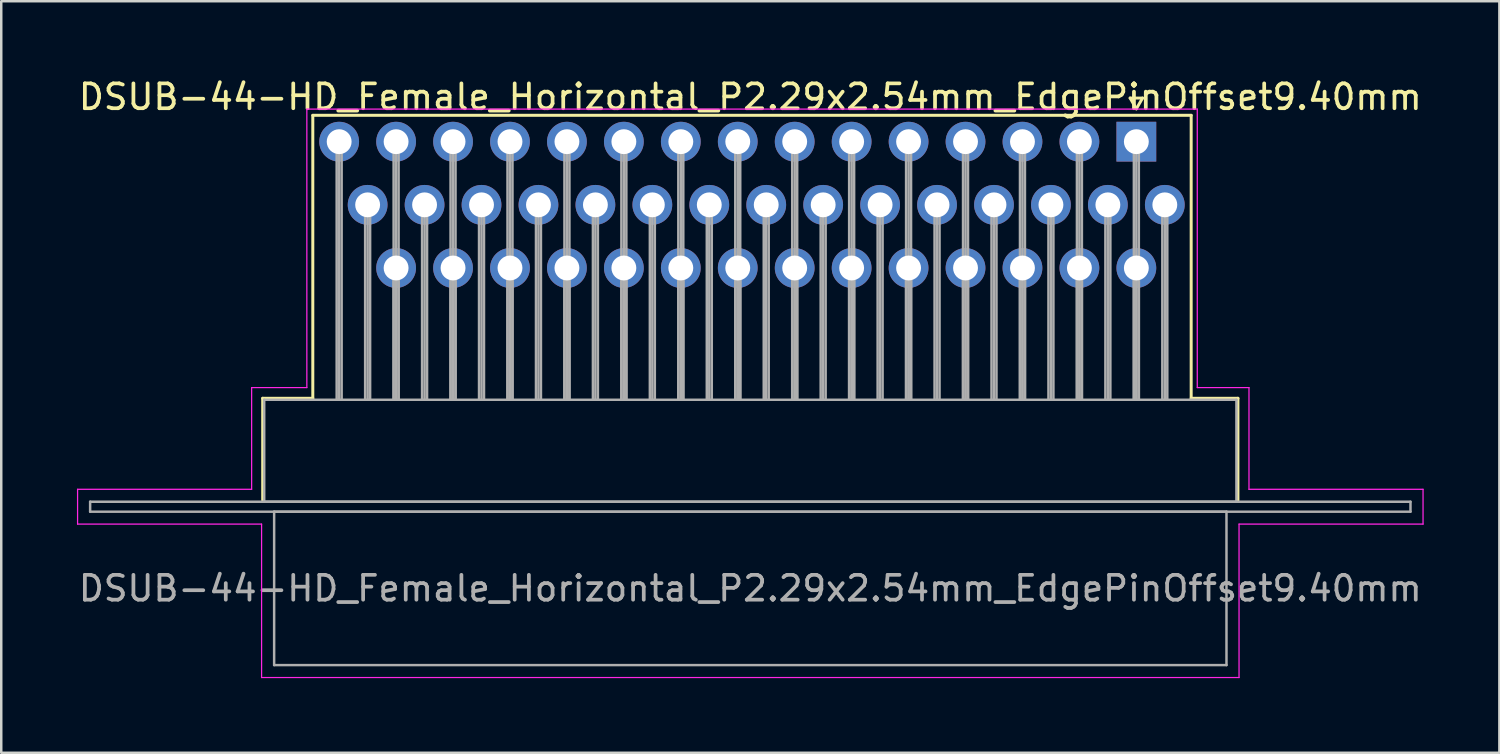
<source format=kicad_pcb>
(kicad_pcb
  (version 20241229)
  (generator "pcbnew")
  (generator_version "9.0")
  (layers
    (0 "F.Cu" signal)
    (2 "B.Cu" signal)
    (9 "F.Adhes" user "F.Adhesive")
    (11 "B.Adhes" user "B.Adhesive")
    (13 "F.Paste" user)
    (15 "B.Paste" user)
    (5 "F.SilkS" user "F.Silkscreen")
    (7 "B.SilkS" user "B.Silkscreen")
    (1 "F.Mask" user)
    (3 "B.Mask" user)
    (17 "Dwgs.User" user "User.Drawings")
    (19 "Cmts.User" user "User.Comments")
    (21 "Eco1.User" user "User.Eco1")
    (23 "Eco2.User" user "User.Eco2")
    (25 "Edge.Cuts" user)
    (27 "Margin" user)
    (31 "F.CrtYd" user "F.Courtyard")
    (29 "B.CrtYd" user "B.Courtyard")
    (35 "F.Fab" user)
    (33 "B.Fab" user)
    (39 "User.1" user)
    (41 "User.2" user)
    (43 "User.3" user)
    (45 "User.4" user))
  (footprint "DSUB-44-HD_Female_Horizontal_P2.29x2.54mm_EdgePinOffset9.40mm"
    (layer "F.Cu")
    (at 42.65 2.648)
    (property "Reference" "DSUB-44-HD_Female_Horizontal_P2.29x2.54mm_EdgePinOffset9.40mm" (at -15.525 -1.8 0) (layer "F.SilkS") (effects (font (size 1 1) (thickness 0.15))))
    (attr through_hole)
    (fp_line (start -35.135 10.32) (end -33.12 10.32) (stroke (width 0.12) (type solid)) (layer "F.SilkS"))
    (fp_line (start -35.135 14.42) (end -35.135 10.32) (stroke (width 0.12) (type solid)) (layer "F.SilkS"))
    (fp_line (start -33.12 -1.06) (end 2.205 -1.06) (stroke (width 0.12) (type solid)) (layer "F.SilkS"))
    (fp_line (start -33.12 10.32) (end -33.12 -1.06) (stroke (width 0.12) (type solid)) (layer "F.SilkS"))
    (fp_line (start -0.25 -1.754) (end 0.25 -1.754) (stroke (width 0.12) (type solid)) (layer "F.SilkS"))
    (fp_line (start 0 -1.321) (end -0.25 -1.754) (stroke (width 0.12) (type solid)) (layer "F.SilkS"))
    (fp_line (start 0.25 -1.754) (end 0 -1.321) (stroke (width 0.12) (type solid)) (layer "F.SilkS"))
    (fp_line (start 2.205 -1.06) (end 2.205 10.32) (stroke (width 0.12) (type solid)) (layer "F.SilkS"))
    (fp_line (start 2.205 10.32) (end 4.085 10.32) (stroke (width 0.12) (type solid)) (layer "F.SilkS"))
    (fp_line (start 4.085 10.32) (end 4.085 14.42) (stroke (width 0.12) (type solid)) (layer "F.SilkS"))
    (fp_line (start -42.58 13.98) (end -35.58 13.98) (stroke (width 0.05) (type solid)) (layer "F.CrtYd"))
    (fp_line (start -42.58 15.38) (end -42.58 13.98) (stroke (width 0.05) (type solid)) (layer "F.CrtYd"))
    (fp_line (start -35.58 9.89) (end -33.36 9.89) (stroke (width 0.05) (type solid)) (layer "F.CrtYd"))
    (fp_line (start -35.58 13.98) (end -35.58 9.89) (stroke (width 0.05) (type solid)) (layer "F.CrtYd"))
    (fp_line (start -35.18 15.38) (end -42.58 15.38) (stroke (width 0.05) (type solid)) (layer "F.CrtYd"))
    (fp_line (start -35.18 21.55) (end -35.18 15.38) (stroke (width 0.05) (type solid)) (layer "F.CrtYd"))
    (fp_line (start -33.36 -1.31) (end 2.45 -1.31) (stroke (width 0.05) (type solid)) (layer "F.CrtYd"))
    (fp_line (start -33.36 9.89) (end -33.36 -1.31) (stroke (width 0.05) (type solid)) (layer "F.CrtYd"))
    (fp_line (start 2.45 -1.31) (end 2.45 9.89) (stroke (width 0.05) (type solid)) (layer "F.CrtYd"))
    (fp_line (start 2.45 9.89) (end 4.53 9.89) (stroke (width 0.05) (type solid)) (layer "F.CrtYd"))
    (fp_line (start 4.13 15.38) (end 4.13 21.55) (stroke (width 0.05) (type solid)) (layer "F.CrtYd"))
    (fp_line (start 4.13 21.55) (end -35.18 21.55) (stroke (width 0.05) (type solid)) (layer "F.CrtYd"))
    (fp_line (start 4.53 9.89) (end 4.53 13.98) (stroke (width 0.05) (type solid)) (layer "F.CrtYd"))
    (fp_line (start 4.53 13.98) (end 11.53 13.98) (stroke (width 0.05) (type solid)) (layer "F.CrtYd"))
    (fp_line (start 11.53 13.98) (end 11.53 15.38) (stroke (width 0.05) (type solid)) (layer "F.CrtYd"))
    (fp_line (start 11.53 15.38) (end 4.13 15.38) (stroke (width 0.05) (type solid)) (layer "F.CrtYd"))
    (fp_line (start -42.075 14.48) (end -42.075 14.88) (stroke (width 0.1) (type solid)) (layer "F.Fab"))
    (fp_line (start -42.075 14.88) (end 11.025 14.88) (stroke (width 0.1) (type solid)) (layer "F.Fab"))
    (fp_line (start -35.075 10.38) (end -35.075 14.48) (stroke (width 0.1) (type solid)) (layer "F.Fab"))
    (fp_line (start -35.075 14.48) (end 4.025 14.48) (stroke (width 0.1) (type solid)) (layer "F.Fab"))
    (fp_line (start -34.675 14.88) (end -34.675 21.05) (stroke (width 0.1) (type solid)) (layer "F.Fab"))
    (fp_line (start -34.675 21.05) (end 3.625 21.05) (stroke (width 0.1) (type solid)) (layer "F.Fab"))
    (fp_line (start -32.16 0) (end -32.16 10.38) (stroke (width 0.1) (type solid)) (layer "F.Fab"))
    (fp_line (start -32.06 0) (end -32.06 10.38) (stroke (width 0.1) (type solid)) (layer "F.Fab"))
    (fp_line (start -31.96 0) (end -31.96 10.38) (stroke (width 0.1) (type solid)) (layer "F.Fab"))
    (fp_line (start -31.015 2.54) (end -31.015 10.38) (stroke (width 0.1) (type solid)) (layer "F.Fab"))
    (fp_line (start -30.915 2.54) (end -30.915 10.38) (stroke (width 0.1) (type solid)) (layer "F.Fab"))
    (fp_line (start -30.815 2.54) (end -30.815 10.38) (stroke (width 0.1) (type solid)) (layer "F.Fab"))
    (fp_line (start -29.87 0) (end -29.87 10.38) (stroke (width 0.1) (type solid)) (layer "F.Fab"))
    (fp_line (start -29.87 5.08) (end -29.87 10.38) (stroke (width 0.1) (type solid)) (layer "F.Fab"))
    (fp_line (start -29.77 0) (end -29.77 10.38) (stroke (width 0.1) (type solid)) (layer "F.Fab"))
    (fp_line (start -29.77 5.08) (end -29.77 10.38) (stroke (width 0.1) (type solid)) (layer "F.Fab"))
    (fp_line (start -29.67 0) (end -29.67 10.38) (stroke (width 0.1) (type solid)) (layer "F.Fab"))
    (fp_line (start -29.67 5.08) (end -29.67 10.38) (stroke (width 0.1) (type solid)) (layer "F.Fab"))
    (fp_line (start -28.725 2.54) (end -28.725 10.38) (stroke (width 0.1) (type solid)) (layer "F.Fab"))
    (fp_line (start -28.625 2.54) (end -28.625 10.38) (stroke (width 0.1) (type solid)) (layer "F.Fab"))
    (fp_line (start -28.525 2.54) (end -28.525 10.38) (stroke (width 0.1) (type solid)) (layer "F.Fab"))
    (fp_line (start -27.58 0) (end -27.58 10.38) (stroke (width 0.1) (type solid)) (layer "F.Fab"))
    (fp_line (start -27.58 5.08) (end -27.58 10.38) (stroke (width 0.1) (type solid)) (layer "F.Fab"))
    (fp_line (start -27.48 0) (end -27.48 10.38) (stroke (width 0.1) (type solid)) (layer "F.Fab"))
    (fp_line (start -27.48 5.08) (end -27.48 10.38) (stroke (width 0.1) (type solid)) (layer "F.Fab"))
    (fp_line (start -27.38 0) (end -27.38 10.38) (stroke (width 0.1) (type solid)) (layer "F.Fab"))
    (fp_line (start -27.38 5.08) (end -27.38 10.38) (stroke (width 0.1) (type solid)) (layer "F.Fab"))
    (fp_line (start -26.435 2.54) (end -26.435 10.38) (stroke (width 0.1) (type solid)) (layer "F.Fab"))
    (fp_line (start -26.335 2.54) (end -26.335 10.38) (stroke (width 0.1) (type solid)) (layer "F.Fab"))
    (fp_line (start -26.235 2.54) (end -26.235 10.38) (stroke (width 0.1) (type solid)) (layer "F.Fab"))
    (fp_line (start -25.29 0) (end -25.29 10.38) (stroke (width 0.1) (type solid)) (layer "F.Fab"))
    (fp_line (start -25.29 5.08) (end -25.29 10.38) (stroke (width 0.1) (type solid)) (layer "F.Fab"))
    (fp_line (start -25.19 0) (end -25.19 10.38) (stroke (width 0.1) (type solid)) (layer "F.Fab"))
    (fp_line (start -25.19 5.08) (end -25.19 10.38) (stroke (width 0.1) (type solid)) (layer "F.Fab"))
    (fp_line (start -25.09 0) (end -25.09 10.38) (stroke (width 0.1) (type solid)) (layer "F.Fab"))
    (fp_line (start -25.09 5.08) (end -25.09 10.38) (stroke (width 0.1) (type solid)) (layer "F.Fab"))
    (fp_line (start -24.145 2.54) (end -24.145 10.38) (stroke (width 0.1) (type solid)) (layer "F.Fab"))
    (fp_line (start -24.045 2.54) (end -24.045 10.38) (stroke (width 0.1) (type solid)) (layer "F.Fab"))
    (fp_line (start -23.945 2.54) (end -23.945 10.38) (stroke (width 0.1) (type solid)) (layer "F.Fab"))
    (fp_line (start -23 0) (end -23 10.38) (stroke (width 0.1) (type solid)) (layer "F.Fab"))
    (fp_line (start -23 5.08) (end -23 10.38) (stroke (width 0.1) (type solid)) (layer "F.Fab"))
    (fp_line (start -22.9 0) (end -22.9 10.38) (stroke (width 0.1) (type solid)) (layer "F.Fab"))
    (fp_line (start -22.9 5.08) (end -22.9 10.38) (stroke (width 0.1) (type solid)) (layer "F.Fab"))
    (fp_line (start -22.8 0) (end -22.8 10.38) (stroke (width 0.1) (type solid)) (layer "F.Fab"))
    (fp_line (start -22.8 5.08) (end -22.8 10.38) (stroke (width 0.1) (type solid)) (layer "F.Fab"))
    (fp_line (start -21.855 2.54) (end -21.855 10.38) (stroke (width 0.1) (type solid)) (layer "F.Fab"))
    (fp_line (start -21.755 2.54) (end -21.755 10.38) (stroke (width 0.1) (type solid)) (layer "F.Fab"))
    (fp_line (start -21.655 2.54) (end -21.655 10.38) (stroke (width 0.1) (type solid)) (layer "F.Fab"))
    (fp_line (start -20.71 0) (end -20.71 10.38) (stroke (width 0.1) (type solid)) (layer "F.Fab"))
    (fp_line (start -20.71 5.08) (end -20.71 10.38) (stroke (width 0.1) (type solid)) (layer "F.Fab"))
    (fp_line (start -20.61 0) (end -20.61 10.38) (stroke (width 0.1) (type solid)) (layer "F.Fab"))
    (fp_line (start -20.61 5.08) (end -20.61 10.38) (stroke (width 0.1) (type solid)) (layer "F.Fab"))
    (fp_line (start -20.51 0) (end -20.51 10.38) (stroke (width 0.1) (type solid)) (layer "F.Fab"))
    (fp_line (start -20.51 5.08) (end -20.51 10.38) (stroke (width 0.1) (type solid)) (layer "F.Fab"))
    (fp_line (start -19.565 2.54) (end -19.565 10.38) (stroke (width 0.1) (type solid)) (layer "F.Fab"))
    (fp_line (start -19.465 2.54) (end -19.465 10.38) (stroke (width 0.1) (type solid)) (layer "F.Fab"))
    (fp_line (start -19.365 2.54) (end -19.365 10.38) (stroke (width 0.1) (type solid)) (layer "F.Fab"))
    (fp_line (start -18.42 0) (end -18.42 10.38) (stroke (width 0.1) (type solid)) (layer "F.Fab"))
    (fp_line (start -18.42 5.08) (end -18.42 10.38) (stroke (width 0.1) (type solid)) (layer "F.Fab"))
    (fp_line (start -18.32 0) (end -18.32 10.38) (stroke (width 0.1) (type solid)) (layer "F.Fab"))
    (fp_line (start -18.32 5.08) (end -18.32 10.38) (stroke (width 0.1) (type solid)) (layer "F.Fab"))
    (fp_line (start -18.22 0) (end -18.22 10.38) (stroke (width 0.1) (type solid)) (layer "F.Fab"))
    (fp_line (start -18.22 5.08) (end -18.22 10.38) (stroke (width 0.1) (type solid)) (layer "F.Fab"))
    (fp_line (start -17.275 2.54) (end -17.275 10.38) (stroke (width 0.1) (type solid)) (layer "F.Fab"))
    (fp_line (start -17.175 2.54) (end -17.175 10.38) (stroke (width 0.1) (type solid)) (layer "F.Fab"))
    (fp_line (start -17.075 2.54) (end -17.075 10.38) (stroke (width 0.1) (type solid)) (layer "F.Fab"))
    (fp_line (start -16.13 0) (end -16.13 10.38) (stroke (width 0.1) (type solid)) (layer "F.Fab"))
    (fp_line (start -16.13 5.08) (end -16.13 10.38) (stroke (width 0.1) (type solid)) (layer "F.Fab"))
    (fp_line (start -16.03 0) (end -16.03 10.38) (stroke (width 0.1) (type solid)) (layer "F.Fab"))
    (fp_line (start -16.03 5.08) (end -16.03 10.38) (stroke (width 0.1) (type solid)) (layer "F.Fab"))
    (fp_line (start -15.93 0) (end -15.93 10.38) (stroke (width 0.1) (type solid)) (layer "F.Fab"))
    (fp_line (start -15.93 5.08) (end -15.93 10.38) (stroke (width 0.1) (type solid)) (layer "F.Fab"))
    (fp_line (start -14.985 2.54) (end -14.985 10.38) (stroke (width 0.1) (type solid)) (layer "F.Fab"))
    (fp_line (start -14.885 2.54) (end -14.885 10.38) (stroke (width 0.1) (type solid)) (layer "F.Fab"))
    (fp_line (start -14.785 2.54) (end -14.785 10.38) (stroke (width 0.1) (type solid)) (layer "F.Fab"))
    (fp_line (start -13.84 0) (end -13.84 10.38) (stroke (width 0.1) (type solid)) (layer "F.Fab"))
    (fp_line (start -13.84 5.08) (end -13.84 10.38) (stroke (width 0.1) (type solid)) (layer "F.Fab"))
    (fp_line (start -13.74 0) (end -13.74 10.38) (stroke (width 0.1) (type solid)) (layer "F.Fab"))
    (fp_line (start -13.74 5.08) (end -13.74 10.38) (stroke (width 0.1) (type solid)) (layer "F.Fab"))
    (fp_line (start -13.64 0) (end -13.64 10.38) (stroke (width 0.1) (type solid)) (layer "F.Fab"))
    (fp_line (start -13.64 5.08) (end -13.64 10.38) (stroke (width 0.1) (type solid)) (layer "F.Fab"))
    (fp_line (start -12.695 2.54) (end -12.695 10.38) (stroke (width 0.1) (type solid)) (layer "F.Fab"))
    (fp_line (start -12.595 2.54) (end -12.595 10.38) (stroke (width 0.1) (type solid)) (layer "F.Fab"))
    (fp_line (start -12.495 2.54) (end -12.495 10.38) (stroke (width 0.1) (type solid)) (layer "F.Fab"))
    (fp_line (start -11.55 0) (end -11.55 10.38) (stroke (width 0.1) (type solid)) (layer "F.Fab"))
    (fp_line (start -11.55 5.08) (end -11.55 10.38) (stroke (width 0.1) (type solid)) (layer "F.Fab"))
    (fp_line (start -11.45 0) (end -11.45 10.38) (stroke (width 0.1) (type solid)) (layer "F.Fab"))
    (fp_line (start -11.45 5.08) (end -11.45 10.38) (stroke (width 0.1) (type solid)) (layer "F.Fab"))
    (fp_line (start -11.35 0) (end -11.35 10.38) (stroke (width 0.1) (type solid)) (layer "F.Fab"))
    (fp_line (start -11.35 5.08) (end -11.35 10.38) (stroke (width 0.1) (type solid)) (layer "F.Fab"))
    (fp_line (start -10.405 2.54) (end -10.405 10.38) (stroke (width 0.1) (type solid)) (layer "F.Fab"))
    (fp_line (start -10.305 2.54) (end -10.305 10.38) (stroke (width 0.1) (type solid)) (layer "F.Fab"))
    (fp_line (start -10.205 2.54) (end -10.205 10.38) (stroke (width 0.1) (type solid)) (layer "F.Fab"))
    (fp_line (start -9.26 0) (end -9.26 10.38) (stroke (width 0.1) (type solid)) (layer "F.Fab"))
    (fp_line (start -9.26 5.08) (end -9.26 10.38) (stroke (width 0.1) (type solid)) (layer "F.Fab"))
    (fp_line (start -9.16 0) (end -9.16 10.38) (stroke (width 0.1) (type solid)) (layer "F.Fab"))
    (fp_line (start -9.16 5.08) (end -9.16 10.38) (stroke (width 0.1) (type solid)) (layer "F.Fab"))
    (fp_line (start -9.06 0) (end -9.06 10.38) (stroke (width 0.1) (type solid)) (layer "F.Fab"))
    (fp_line (start -9.06 5.08) (end -9.06 10.38) (stroke (width 0.1) (type solid)) (layer "F.Fab"))
    (fp_line (start -8.115 2.54) (end -8.115 10.38) (stroke (width 0.1) (type solid)) (layer "F.Fab"))
    (fp_line (start -8.015 2.54) (end -8.015 10.38) (stroke (width 0.1) (type solid)) (layer "F.Fab"))
    (fp_line (start -7.915 2.54) (end -7.915 10.38) (stroke (width 0.1) (type solid)) (layer "F.Fab"))
    (fp_line (start -6.97 0) (end -6.97 10.38) (stroke (width 0.1) (type solid)) (layer "F.Fab"))
    (fp_line (start -6.97 5.08) (end -6.97 10.38) (stroke (width 0.1) (type solid)) (layer "F.Fab"))
    (fp_line (start -6.87 0) (end -6.87 10.38) (stroke (width 0.1) (type solid)) (layer "F.Fab"))
    (fp_line (start -6.87 5.08) (end -6.87 10.38) (stroke (width 0.1) (type solid)) (layer "F.Fab"))
    (fp_line (start -6.77 0) (end -6.77 10.38) (stroke (width 0.1) (type solid)) (layer "F.Fab"))
    (fp_line (start -6.77 5.08) (end -6.77 10.38) (stroke (width 0.1) (type solid)) (layer "F.Fab"))
    (fp_line (start -5.825 2.54) (end -5.825 10.38) (stroke (width 0.1) (type solid)) (layer "F.Fab"))
    (fp_line (start -5.725 2.54) (end -5.725 10.38) (stroke (width 0.1) (type solid)) (layer "F.Fab"))
    (fp_line (start -5.625 2.54) (end -5.625 10.38) (stroke (width 0.1) (type solid)) (layer "F.Fab"))
    (fp_line (start -4.68 0) (end -4.68 10.38) (stroke (width 0.1) (type solid)) (layer "F.Fab"))
    (fp_line (start -4.68 5.08) (end -4.68 10.38) (stroke (width 0.1) (type solid)) (layer "F.Fab"))
    (fp_line (start -4.58 0) (end -4.58 10.38) (stroke (width 0.1) (type solid)) (layer "F.Fab"))
    (fp_line (start -4.58 5.08) (end -4.58 10.38) (stroke (width 0.1) (type solid)) (layer "F.Fab"))
    (fp_line (start -4.48 0) (end -4.48 10.38) (stroke (width 0.1) (type solid)) (layer "F.Fab"))
    (fp_line (start -4.48 5.08) (end -4.48 10.38) (stroke (width 0.1) (type solid)) (layer "F.Fab"))
    (fp_line (start -3.535 2.54) (end -3.535 10.38) (stroke (width 0.1) (type solid)) (layer "F.Fab"))
    (fp_line (start -3.435 2.54) (end -3.435 10.38) (stroke (width 0.1) (type solid)) (layer "F.Fab"))
    (fp_line (start -3.335 2.54) (end -3.335 10.38) (stroke (width 0.1) (type solid)) (layer "F.Fab"))
    (fp_line (start -2.39 0) (end -2.39 10.38) (stroke (width 0.1) (type solid)) (layer "F.Fab"))
    (fp_line (start -2.39 5.08) (end -2.39 10.38) (stroke (width 0.1) (type solid)) (layer "F.Fab"))
    (fp_line (start -2.29 0) (end -2.29 10.38) (stroke (width 0.1) (type solid)) (layer "F.Fab"))
    (fp_line (start -2.29 5.08) (end -2.29 10.38) (stroke (width 0.1) (type solid)) (layer "F.Fab"))
    (fp_line (start -2.19 0) (end -2.19 10.38) (stroke (width 0.1) (type solid)) (layer "F.Fab"))
    (fp_line (start -2.19 5.08) (end -2.19 10.38) (stroke (width 0.1) (type solid)) (layer "F.Fab"))
    (fp_line (start -1.245 2.54) (end -1.245 10.38) (stroke (width 0.1) (type solid)) (layer "F.Fab"))
    (fp_line (start -1.145 2.54) (end -1.145 10.38) (stroke (width 0.1) (type solid)) (layer "F.Fab"))
    (fp_line (start -1.045 2.54) (end -1.045 10.38) (stroke (width 0.1) (type solid)) (layer "F.Fab"))
    (fp_line (start -0.1 0) (end -0.1 10.38) (stroke (width 0.1) (type solid)) (layer "F.Fab"))
    (fp_line (start -0.1 5.08) (end -0.1 10.38) (stroke (width 0.1) (type solid)) (layer "F.Fab"))
    (fp_line (start 0 0) (end 0 10.38) (stroke (width 0.1) (type solid)) (layer "F.Fab"))
    (fp_line (start 0 5.08) (end 0 10.38) (stroke (width 0.1) (type solid)) (layer "F.Fab"))
    (fp_line (start 0.1 0) (end 0.1 10.38) (stroke (width 0.1) (type solid)) (layer "F.Fab"))
    (fp_line (start 0.1 5.08) (end 0.1 10.38) (stroke (width 0.1) (type solid)) (layer "F.Fab"))
    (fp_line (start 1.045 2.54) (end 1.045 10.38) (stroke (width 0.1) (type solid)) (layer "F.Fab"))
    (fp_line (start 1.145 2.54) (end 1.145 10.38) (stroke (width 0.1) (type solid)) (layer "F.Fab"))
    (fp_line (start 1.245 2.54) (end 1.245 10.38) (stroke (width 0.1) (type solid)) (layer "F.Fab"))
    (fp_line (start 3.625 14.88) (end -34.675 14.88) (stroke (width 0.1) (type solid)) (layer "F.Fab"))
    (fp_line (start 3.625 21.05) (end 3.625 14.88) (stroke (width 0.1) (type solid)) (layer "F.Fab"))
    (fp_line (start 4.025 10.38) (end -35.075 10.38) (stroke (width 0.1) (type solid)) (layer "F.Fab"))
    (fp_line (start 4.025 14.48) (end 4.025 10.38) (stroke (width 0.1) (type solid)) (layer "F.Fab"))
    (fp_line (start 11.025 14.48) (end -42.075 14.48) (stroke (width 0.1) (type solid)) (layer "F.Fab"))
    (fp_line (start 11.025 14.88) (end 11.025 14.48) (stroke (width 0.1) (type solid)) (layer "F.Fab"))
    (fp_text user "${REFERENCE}" (at -15.525 17.965 0) (layer "F.Fab") (effects (font (size 1 1) (thickness 0.15))))
    (pad "1" thru_hole rect (at 0 0) (size 1.6 1.6) (drill 1) (layers "*.Cu" "*.Mask"))
    (pad "2" thru_hole circle (at -2.29 0) (size 1.6 1.6) (drill 1) (layers "*.Cu" "*.Mask"))
    (pad "3" thru_hole circle (at -4.58 0) (size 1.6 1.6) (drill 1) (layers "*.Cu" "*.Mask"))
    (pad "4" thru_hole circle (at -6.87 0) (size 1.6 1.6) (drill 1) (layers "*.Cu" "*.Mask"))
    (pad "5" thru_hole circle (at -9.16 0) (size 1.6 1.6) (drill 1) (layers "*.Cu" "*.Mask"))
    (pad "6" thru_hole circle (at -11.45 0) (size 1.6 1.6) (drill 1) (layers "*.Cu" "*.Mask"))
    (pad "7" thru_hole circle (at -13.74 0) (size 1.6 1.6) (drill 1) (layers "*.Cu" "*.Mask"))
    (pad "8" thru_hole circle (at -16.03 0) (size 1.6 1.6) (drill 1) (layers "*.Cu" "*.Mask"))
    (pad "9" thru_hole circle (at -18.32 0) (size 1.6 1.6) (drill 1) (layers "*.Cu" "*.Mask"))
    (pad "10" thru_hole circle (at -20.61 0) (size 1.6 1.6) (drill 1) (layers "*.Cu" "*.Mask"))
    (pad "11" thru_hole circle (at -22.9 0) (size 1.6 1.6) (drill 1) (layers "*.Cu" "*.Mask"))
    (pad "12" thru_hole circle (at -25.19 0) (size 1.6 1.6) (drill 1) (layers "*.Cu" "*.Mask"))
    (pad "13" thru_hole circle (at -27.48 0) (size 1.6 1.6) (drill 1) (layers "*.Cu" "*.Mask"))
    (pad "14" thru_hole circle (at -29.77 0) (size 1.6 1.6) (drill 1) (layers "*.Cu" "*.Mask"))
    (pad "15" thru_hole circle (at -32.06 0) (size 1.6 1.6) (drill 1) (layers "*.Cu" "*.Mask"))
    (pad "16" thru_hole circle (at 1.145 2.54) (size 1.6 1.6) (drill 1) (layers "*.Cu" "*.Mask"))
    (pad "17" thru_hole circle (at -1.145 2.54) (size 1.6 1.6) (drill 1) (layers "*.Cu" "*.Mask"))
    (pad "18" thru_hole circle (at -3.435 2.54) (size 1.6 1.6) (drill 1) (layers "*.Cu" "*.Mask"))
    (pad "19" thru_hole circle (at -5.725 2.54) (size 1.6 1.6) (drill 1) (layers "*.Cu" "*.Mask"))
    (pad "20" thru_hole circle (at -8.015 2.54) (size 1.6 1.6) (drill 1) (layers "*.Cu" "*.Mask"))
    (pad "21" thru_hole circle (at -10.305 2.54) (size 1.6 1.6) (drill 1) (layers "*.Cu" "*.Mask"))
    (pad "22" thru_hole circle (at -12.595 2.54) (size 1.6 1.6) (drill 1) (layers "*.Cu" "*.Mask"))
    (pad "23" thru_hole circle (at -14.885 2.54) (size 1.6 1.6) (drill 1) (layers "*.Cu" "*.Mask"))
    (pad "24" thru_hole circle (at -17.175 2.54) (size 1.6 1.6) (drill 1) (layers "*.Cu" "*.Mask"))
    (pad "25" thru_hole circle (at -19.465 2.54) (size 1.6 1.6) (drill 1) (layers "*.Cu" "*.Mask"))
    (pad "26" thru_hole circle (at -21.755 2.54) (size 1.6 1.6) (drill 1) (layers "*.Cu" "*.Mask"))
    (pad "27" thru_hole circle (at -24.045 2.54) (size 1.6 1.6) (drill 1) (layers "*.Cu" "*.Mask"))
    (pad "28" thru_hole circle (at -26.335 2.54) (size 1.6 1.6) (drill 1) (layers "*.Cu" "*.Mask"))
    (pad "29" thru_hole circle (at -28.625 2.54) (size 1.6 1.6) (drill 1) (layers "*.Cu" "*.Mask"))
    (pad "30" thru_hole circle (at -30.915 2.54) (size 1.6 1.6) (drill 1) (layers "*.Cu" "*.Mask"))
    (pad "31" thru_hole circle (at 0 5.08) (size 1.6 1.6) (drill 1) (layers "*.Cu" "*.Mask"))
    (pad "32" thru_hole circle (at -2.29 5.08) (size 1.6 1.6) (drill 1) (layers "*.Cu" "*.Mask"))
    (pad "33" thru_hole circle (at -4.58 5.08) (size 1.6 1.6) (drill 1) (layers "*.Cu" "*.Mask"))
    (pad "34" thru_hole circle (at -6.87 5.08) (size 1.6 1.6) (drill 1) (layers "*.Cu" "*.Mask"))
    (pad "35" thru_hole circle (at -9.16 5.08) (size 1.6 1.6) (drill 1) (layers "*.Cu" "*.Mask"))
    (pad "36" thru_hole circle (at -11.45 5.08) (size 1.6 1.6) (drill 1) (layers "*.Cu" "*.Mask"))
    (pad "37" thru_hole circle (at -13.74 5.08) (size 1.6 1.6) (drill 1) (layers "*.Cu" "*.Mask"))
    (pad "38" thru_hole circle (at -16.03 5.08) (size 1.6 1.6) (drill 1) (layers "*.Cu" "*.Mask"))
    (pad "39" thru_hole circle (at -18.32 5.08) (size 1.6 1.6) (drill 1) (layers "*.Cu" "*.Mask"))
    (pad "40" thru_hole circle (at -20.61 5.08) (size 1.6 1.6) (drill 1) (layers "*.Cu" "*.Mask"))
    (pad "41" thru_hole circle (at -22.9 5.08) (size 1.6 1.6) (drill 1) (layers "*.Cu" "*.Mask"))
    (pad "42" thru_hole circle (at -25.19 5.08) (size 1.6 1.6) (drill 1) (layers "*.Cu" "*.Mask"))
    (pad "43" thru_hole circle (at -27.48 5.08) (size 1.6 1.6) (drill 1) (layers "*.Cu" "*.Mask"))
    (pad "44" thru_hole circle (at -29.77 5.08) (size 1.6 1.6) (drill 1) (layers "*.Cu" "*.Mask")))
  (gr_rect
    (start -3 -3)
    (end 57.25 27.223)
    (stroke (width 0.1) (type default))
    (fill no)
    (layer "Edge.Cuts")))
</source>
